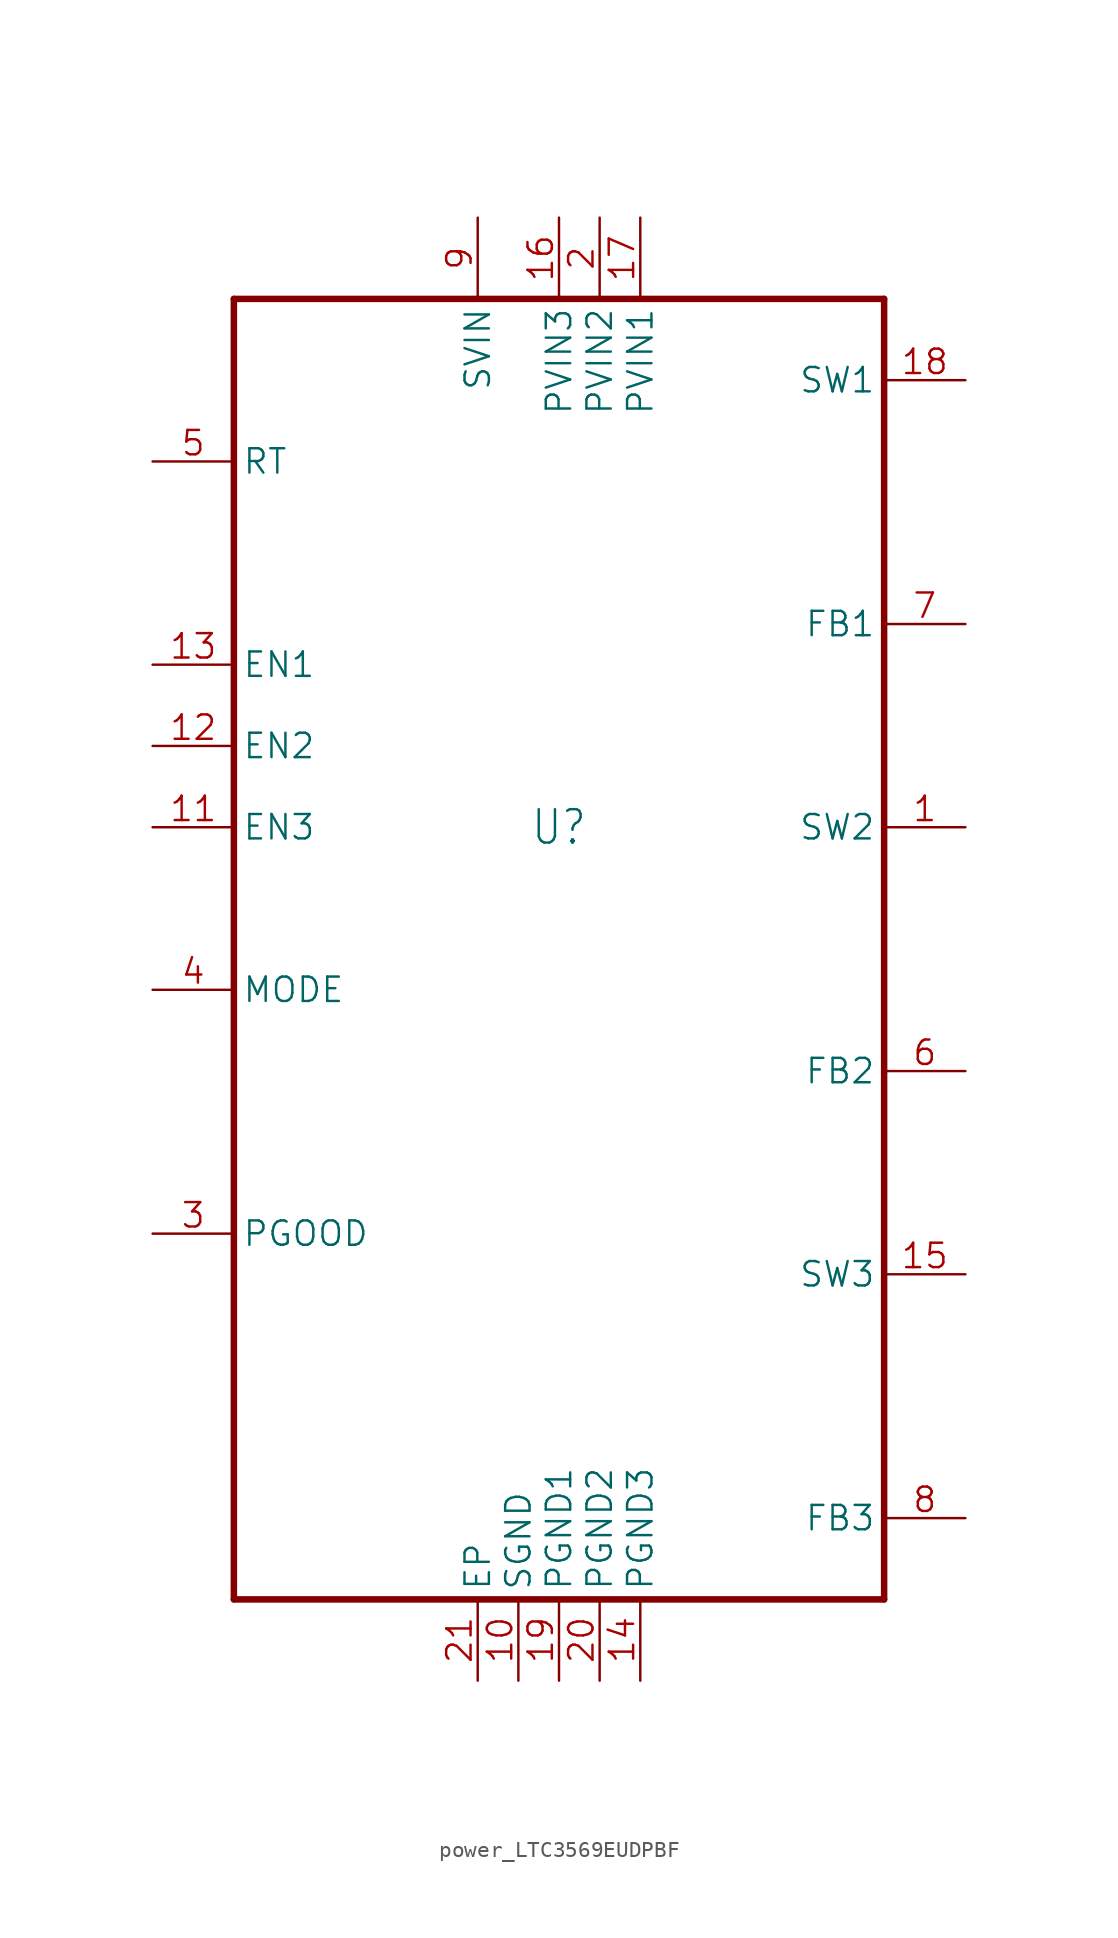
<source format=kicad_sym>
(kicad_symbol_lib
  (version 20241209)
  (generator "kicad_symbol_editor")
  (generator_version "9.0")
  (symbol "power_LTC3569EUDPBF"
    (property "Reference" "U"
      (at 0 2.54 0)
      (effects (font (size 2.086 1.773))))
    (property "Value" ""
      (at 0 -2.54 0)
      (effects (font (size 2.084 1.772))))
    (property "ki_locked" ""
      (at 0 0 0)
      (effects (font (size 1.27 1.27))))
    (symbol "power_LTC3569EUDPBF_1_0"
      (polyline (pts (xy -20.32 35.56) (xy -20.32 -45.72)) (stroke (width 0.406) (type solid)) (fill (type none)))
      (polyline (pts (xy -20.32 -45.72) (xy 20.32 -45.72)) (stroke (width 0.406) (type solid)) (fill (type none)))
      (polyline (pts (xy 20.32 35.56) (xy -20.32 35.56)) (stroke (width 0.406) (type solid)) (fill (type none)))
      (polyline (pts (xy 20.32 -45.72) (xy 20.32 35.56)) (stroke (width 0.406) (type solid)) (fill (type none)))
      (pin passive line (at -25.4 25.4 0) (length 5.08) (name "RT" (effects (font (size 1.524 1.524)))) (number "5" (effects (font (size 1.524 1.524)))))
      (pin input line (at -25.4 12.7 0) (length 5.08) (name "EN1" (effects (font (size 1.524 1.524)))) (number "13" (effects (font (size 1.524 1.524)))))
      (pin input line (at -25.4 7.62 0) (length 5.08) (name "EN2" (effects (font (size 1.524 1.524)))) (number "12" (effects (font (size 1.524 1.524)))))
      (pin input line (at -25.4 2.54 0) (length 5.08) (name "EN3" (effects (font (size 1.524 1.524)))) (number "11" (effects (font (size 1.524 1.524)))))
      (pin input line (at -25.4 -7.62 0) (length 5.08) (name "MODE" (effects (font (size 1.524 1.524)))) (number "4" (effects (font (size 1.524 1.524)))))
      (pin output line (at -25.4 -22.86 0) (length 5.08) (name "PGOOD" (effects (font (size 1.524 1.524)))) (number "3" (effects (font (size 1.524 1.524)))))
      (pin power_in line (at -5.08 40.64 270) (length 5.08) (name "SVIN" (effects (font (size 1.524 1.524)))) (number "9" (effects (font (size 1.524 1.524)))))
      (pin passive line (at -5.08 -50.8 90) (length 5.08) (name "EP" (effects (font (size 1.524 1.524)))) (number "21" (effects (font (size 1.524 1.524)))))
      (pin passive line (at -2.54 -50.8 90) (length 5.08) (name "SGND" (effects (font (size 1.524 1.524)))) (number "10" (effects (font (size 1.524 1.524)))))
      (pin power_in line (at 0 40.64 270) (length 5.08) (name "PVIN3" (effects (font (size 1.524 1.524)))) (number "16" (effects (font (size 1.524 1.524)))))
      (pin passive line (at 0 -50.8 90) (length 5.08) (name "PGND1" (effects (font (size 1.524 1.524)))) (number "19" (effects (font (size 1.524 1.524)))))
      (pin power_in line (at 2.54 40.64 270) (length 5.08) (name "PVIN2" (effects (font (size 1.524 1.524)))) (number "2" (effects (font (size 1.524 1.524)))))
      (pin passive line (at 2.54 -50.8 90) (length 5.08) (name "PGND2" (effects (font (size 1.524 1.524)))) (number "20" (effects (font (size 1.524 1.524)))))
      (pin power_in line (at 5.08 40.64 270) (length 5.08) (name "PVIN1" (effects (font (size 1.524 1.524)))) (number "17" (effects (font (size 1.524 1.524)))))
      (pin passive line (at 5.08 -50.8 90) (length 5.08) (name "PGND3" (effects (font (size 1.524 1.524)))) (number "14" (effects (font (size 1.524 1.524)))))
      (pin passive line (at 25.4 30.48 180) (length 5.08) (name "SW1" (effects (font (size 1.524 1.524)))) (number "18" (effects (font (size 1.524 1.524)))))
      (pin input line (at 25.4 15.24 180) (length 5.08) (name "FB1" (effects (font (size 1.524 1.524)))) (number "7" (effects (font (size 1.524 1.524)))))
      (pin passive line (at 25.4 2.54 180) (length 5.08) (name "SW2" (effects (font (size 1.524 1.524)))) (number "1" (effects (font (size 1.524 1.524)))))
      (pin input line (at 25.4 -12.7 180) (length 5.08) (name "FB2" (effects (font (size 1.524 1.524)))) (number "6" (effects (font (size 1.524 1.524)))))
      (pin passive line (at 25.4 -25.4 180) (length 5.08) (name "SW3" (effects (font (size 1.524 1.524)))) (number "15" (effects (font (size 1.524 1.524)))))
      (pin input line (at 25.4 -40.64 180) (length 5.08) (name "FB3" (effects (font (size 1.524 1.524)))) (number "8" (effects (font (size 1.524 1.524))))))))
</source>
